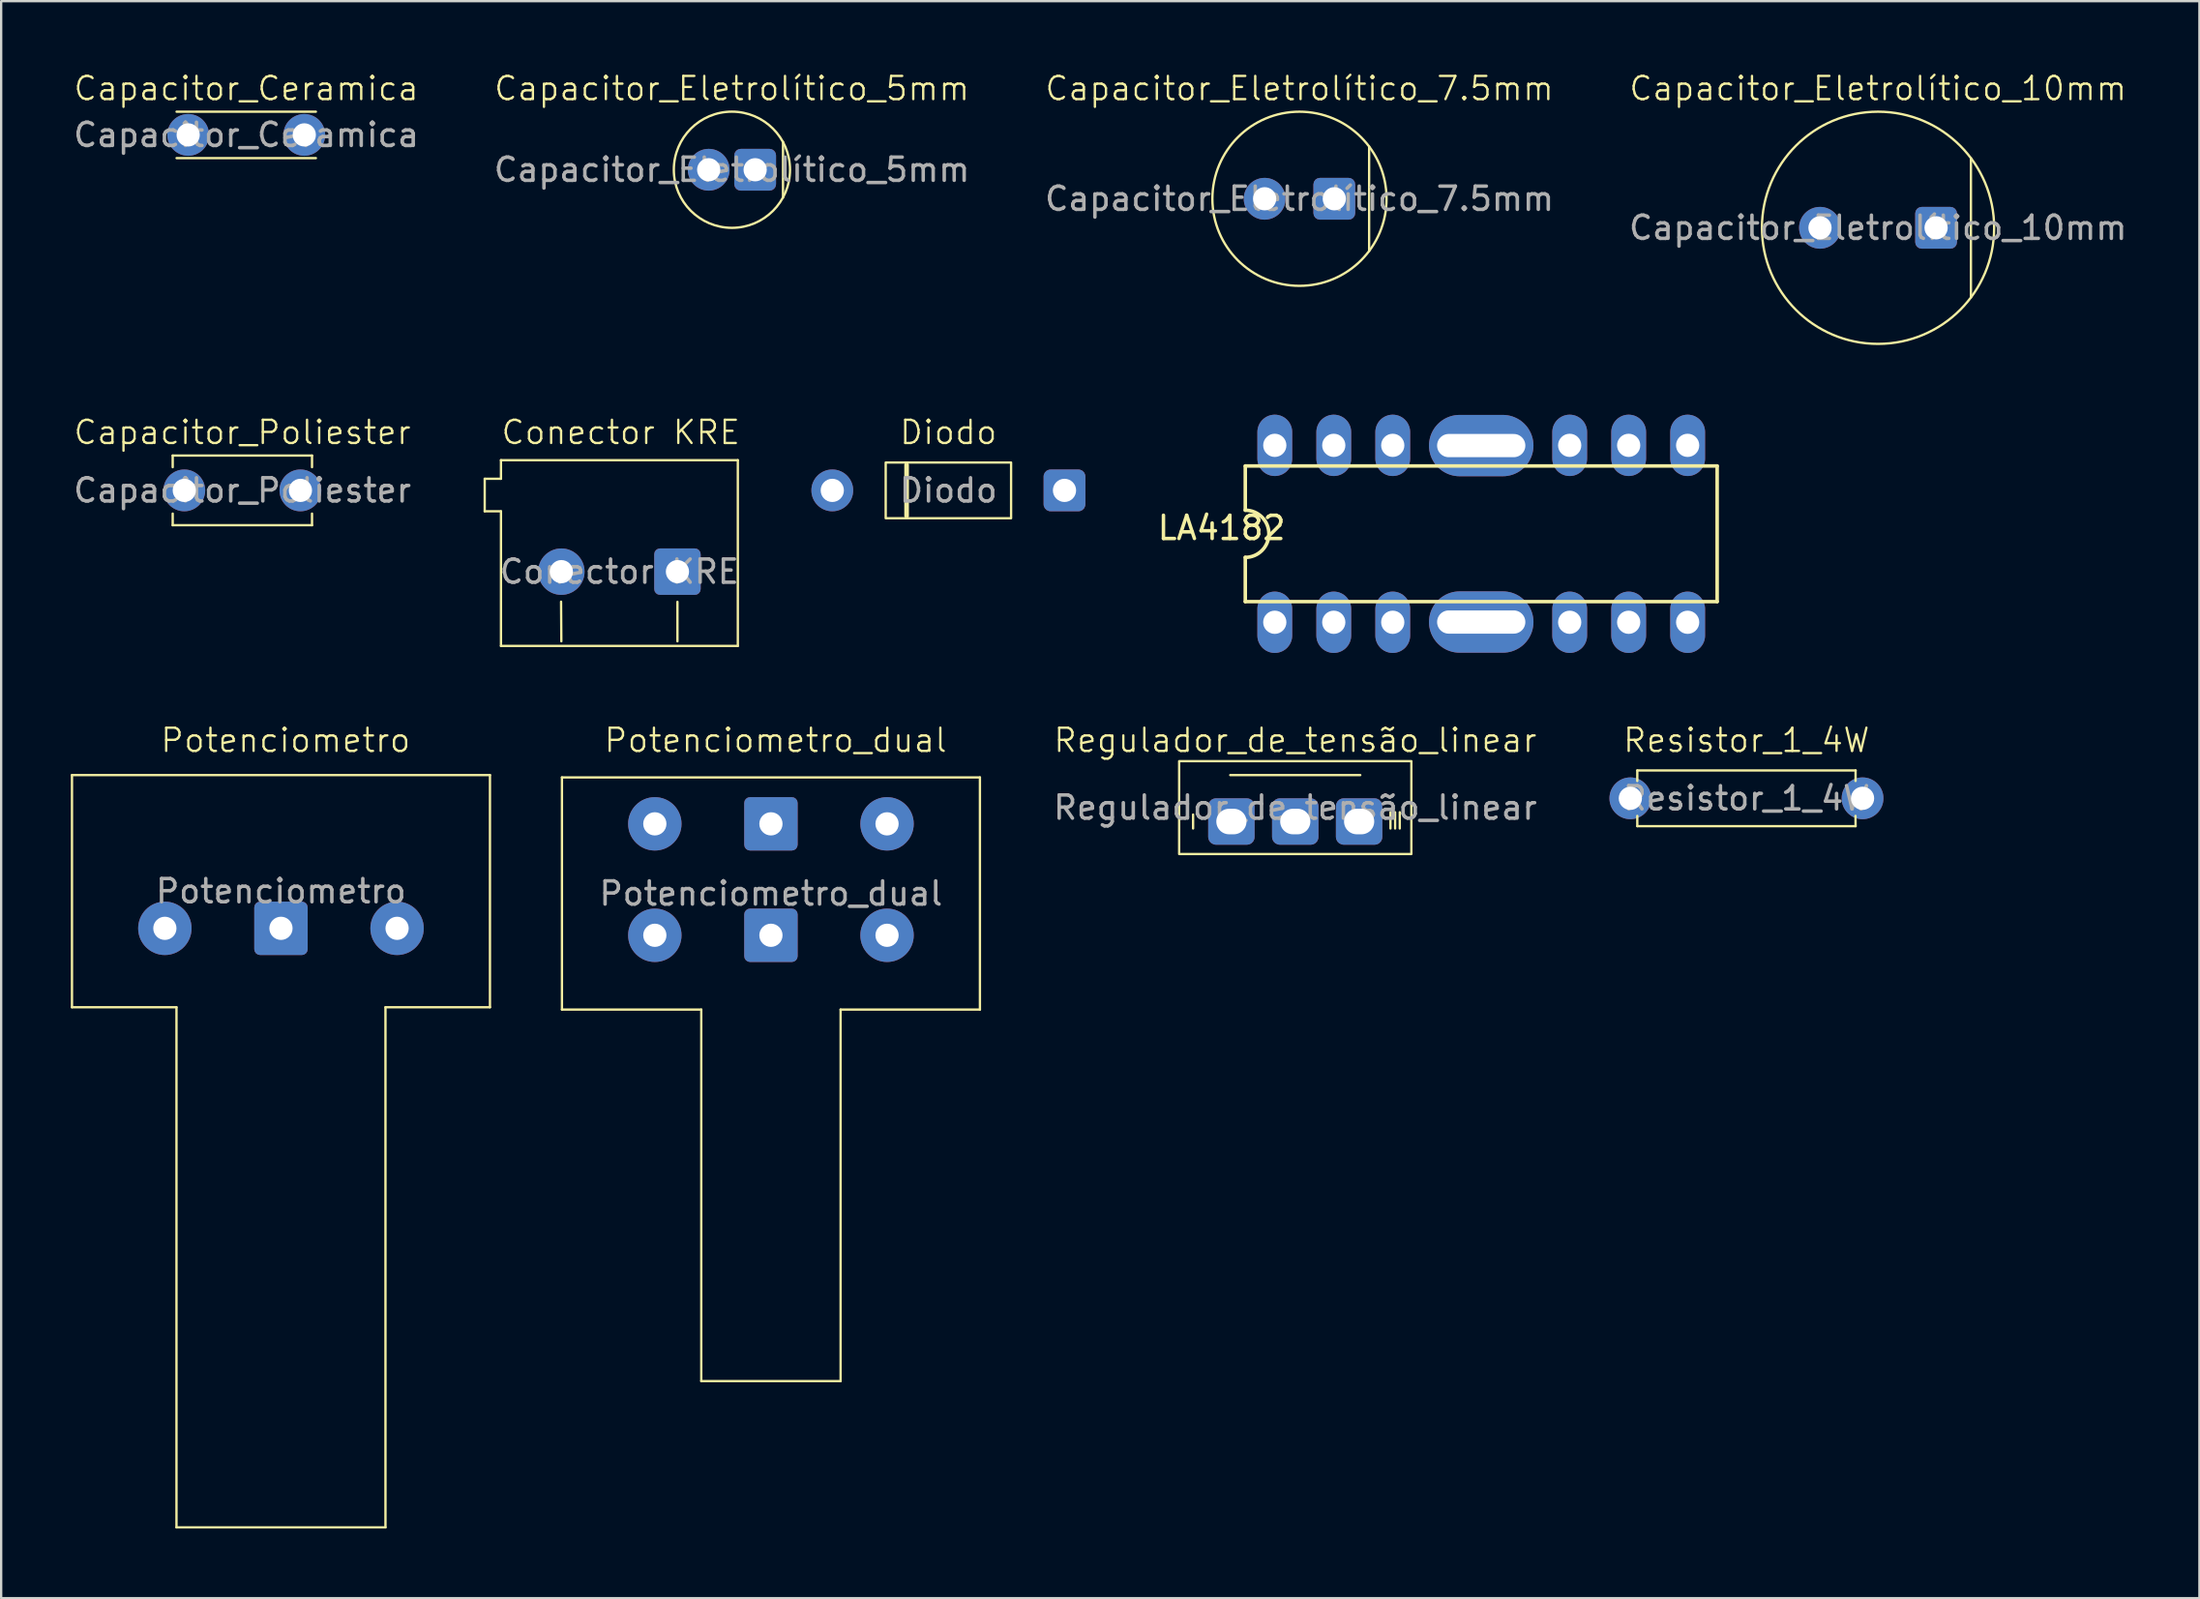
<source format=kicad_pcb>
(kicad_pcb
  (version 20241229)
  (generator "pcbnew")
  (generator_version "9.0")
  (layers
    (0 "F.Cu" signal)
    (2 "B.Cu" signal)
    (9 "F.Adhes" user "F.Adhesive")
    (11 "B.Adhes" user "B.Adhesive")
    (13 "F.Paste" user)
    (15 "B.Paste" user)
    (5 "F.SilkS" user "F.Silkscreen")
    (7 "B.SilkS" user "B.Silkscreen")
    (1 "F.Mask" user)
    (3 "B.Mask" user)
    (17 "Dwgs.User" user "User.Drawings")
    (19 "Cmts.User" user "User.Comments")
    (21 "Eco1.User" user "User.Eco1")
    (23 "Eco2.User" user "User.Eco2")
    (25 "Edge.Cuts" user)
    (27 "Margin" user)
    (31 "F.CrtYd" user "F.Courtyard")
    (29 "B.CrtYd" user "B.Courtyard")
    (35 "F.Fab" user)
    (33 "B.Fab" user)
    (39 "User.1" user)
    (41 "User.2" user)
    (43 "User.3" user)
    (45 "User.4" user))
  (footprint "Potenciometro"
    (layer "F.Cu")
    (at 9.05 35.333)
    (property "Reference" "Potenciometro" (at 0.2 -6.5 0) (unlocked yes) (layer "F.SilkS") (effects (font (size 1 1) (thickness 0.1))))
    (attr smd)
    (fp_line (start -9 -5) (end -9 5) (stroke (width 0.1) (type default)) (layer "F.SilkS"))
    (fp_line (start -9 5) (end -4.5 5) (stroke (width 0.1) (type default)) (layer "F.SilkS"))
    (fp_line (start -4.5 5) (end -4.5 27.4) (stroke (width 0.1) (type default)) (layer "F.SilkS"))
    (fp_line (start -4.5 27.4) (end 4.5 27.4) (stroke (width 0.1) (type default)) (layer "F.SilkS"))
    (fp_line (start 4.5 5) (end 9 5) (stroke (width 0.1) (type default)) (layer "F.SilkS"))
    (fp_line (start 4.5 27.4) (end 4.5 5) (stroke (width 0.1) (type default)) (layer "F.SilkS"))
    (fp_line (start 9 -5) (end -9 -5) (stroke (width 0.1) (type default)) (layer "F.SilkS"))
    (fp_line (start 9 5) (end 9 -5) (stroke (width 0.1) (type default)) (layer "F.SilkS"))
    (fp_text user "${REFERENCE}" (at 0 0 0) (unlocked yes) (layer "F.Fab") (effects (font (size 1 1) (thickness 0.15))))
    (pad "1" thru_hole circle (at -5 1.6 180) (size 2.3 2.3) (drill 1) (layers "*.Cu" "*.Mask"))
    (pad "2" thru_hole roundrect (at 0 1.6 180) (size 2.3 2.3) (drill 1) (layers "*.Cu" "*.Mask") (roundrect_rratio 0.109))
    (pad "3" thru_hole circle (at 5 1.6 180) (size 2.3 2.3) (drill 1) (layers "*.Cu" "*.Mask")))
  (footprint "Resistor_1_4W"
    (layer "F.Cu")
    (at 72.16 31.333)
    (property "Reference" "Resistor_1_4W" (at 0 -2.5 0) (unlocked yes) (layer "F.SilkS") (effects (font (size 1 1) (thickness 0.1))))
    (attr smd)
    (fp_line (start -4.7 -1.2) (end -4.701 -0.744) (stroke (width 0.1) (type default)) (layer "F.SilkS"))
    (fp_line (start -4.7 -1.2) (end 4.7 -1.2) (stroke (width 0.1) (type default)) (layer "F.SilkS"))
    (fp_line (start -4.7 1.2) (end -4.701 0.759) (stroke (width 0.1) (type default)) (layer "F.SilkS"))
    (fp_line (start 4.7 -1.2) (end 4.699 -0.747) (stroke (width 0.1) (type default)) (layer "F.SilkS"))
    (fp_line (start 4.7 1.2) (end -4.7 1.2) (stroke (width 0.1) (type default)) (layer "F.SilkS"))
    (fp_line (start 4.7 1.2) (end 4.696 0.758) (stroke (width 0.1) (type default)) (layer "F.SilkS"))
    (fp_text user "${REFERENCE}" (at 0 0 0) (unlocked yes) (layer "F.Fab") (effects (font (size 1 1) (thickness 0.15))))
    (pad "1" thru_hole circle (at -5 0 180) (size 1.8 1.8) (drill 1) (layers "*.Cu" "*.Mask"))
    (pad "2" thru_hole circle (at 5 0 180) (size 1.8 1.8) (drill 1) (layers "*.Cu" "*.Mask")))
  (footprint "Capacitor_Eletrolítico_5mm"
    (layer "F.Cu")
    (at 28.47 4.261)
    (property "Reference" "Capacitor_Eletrolítico_5mm" (at 0 -3.5 0) (unlocked yes) (layer "F.SilkS") (effects (font (size 1 1) (thickness 0.1))))
    (attr smd)
    (fp_line (start 2.2 1.2) (end 2.2 -1.2) (stroke (width 0.1) (type default)) (layer "F.SilkS"))
    (fp_circle (center 0 0) (end 2.502 0) (stroke (width 0.1) (type solid)) (fill no) (layer "F.SilkS"))
    (fp_text user "${REFERENCE}" (at 0 0 0) (unlocked yes) (layer "F.Fab") (effects (font (size 1 1) (thickness 0.15))))
    (pad "1" thru_hole roundrect (at 1 0 180) (size 1.8 1.8) (drill 1) (layers "*.Cu" "*.Mask") (roundrect_rratio 0.156))
    (pad "2" thru_hole circle (at -1 0 180) (size 1.8 1.8) (drill 1) (layers "*.Cu" "*.Mask")))
  (footprint "Regulador_de_tensão_linear"
    (layer "F.Cu")
    (at 52.73 32.333)
    (property "Reference" "Regulador_de_tensão_linear" (at 0 -3.5 0) (unlocked yes) (layer "F.SilkS") (effects (font (size 1 1) (thickness 0.1))))
    (attr smd)
    (fp_line (start -4.4 0.3) (end -4.4 -0.3) (stroke (width 0.1) (type default)) (layer "F.SilkS"))
    (fp_line (start 2.8 -2) (end -2.8 -2) (stroke (width 0.1) (type default)) (layer "F.SilkS"))
    (fp_line (start 4.1 0.3) (end 4.1 -0.4) (stroke (width 0.1) (type default)) (layer "F.SilkS"))
    (fp_line (start 4.3 -0.4) (end 4.3 0.3) (stroke (width 0.1) (type default)) (layer "F.SilkS"))
    (fp_line (start 4.5 0.3) (end 4.5 -0.4) (stroke (width 0.1) (type default)) (layer "F.SilkS"))
    (fp_rect (start -5 1.4) (end 5 -2.6) (stroke (width 0.1) (type solid)) (fill no) (layer "F.SilkS"))
    (fp_text user "${REFERENCE}" (at 0 -0.6 0) (unlocked yes) (layer "F.Fab") (effects (font (size 1 1) (thickness 0.15))))
    (pad "1" thru_hole roundrect (at -2.75 0 180) (size 2 2) (drill oval 1.3 1.1) (layers "*.Cu" "*.Mask") (roundrect_rratio 0.167))
    (pad "2" thru_hole roundrect (at 0 0 180) (size 2 2) (drill oval 1.3 1.1) (layers "*.Cu" "*.Mask") (roundrect_rratio 0.167))
    (pad "3" thru_hole roundrect (at 2.75 0 180) (size 2 2) (drill oval 1.3 1.1) (layers "*.Cu" "*.Mask") (roundrect_rratio 0.167)))
  (footprint "Diodo"
    (layer "F.Cu")
    (at 37.792 18.071)
    (property "Reference" "Diodo" (at 0 -2.5 0) (unlocked yes) (layer "F.SilkS") (effects (font (size 1 1) (thickness 0.1))))
    (attr smd)
    (fp_line (start -1.8 1.1) (end -1.8 -1.1) (stroke (width 0.2) (type solid)) (layer "F.SilkS"))
    (fp_rect (start -2.7 -1.2) (end 2.7 1.2) (stroke (width 0.1) (type solid)) (fill no) (layer "F.SilkS"))
    (fp_text user "${REFERENCE}" (at 0 0 0) (unlocked yes) (layer "F.Fab") (effects (font (size 1 1) (thickness 0.15))))
    (pad "1" thru_hole roundrect (at 5 0 180) (size 1.8 1.8) (drill 1) (layers "*.Cu" "*.Mask") (roundrect_rratio 0.167))
    (pad "2" thru_hole circle (at -5 0 180) (size 1.8 1.8) (drill 1) (layers "*.Cu" "*.Mask")))
  (footprint "Capacitor_Eletrolítico_7.5mm"
    (layer "F.Cu")
    (at 52.911 5.511)
    (property "Reference" "Capacitor_Eletrolítico_7.5mm" (at 0 -4.75 0) (unlocked yes) (layer "F.SilkS") (effects (font (size 1 1) (thickness 0.1))))
    (attr smd)
    (fp_line (start 3 2.25) (end 3 -2.25) (stroke (width 0.1) (type default)) (layer "F.SilkS"))
    (fp_circle (center 0 0) (end 3.75 0) (stroke (width 0.1) (type solid)) (fill no) (layer "F.SilkS"))
    (fp_text user "${REFERENCE}" (at 0 0 0) (unlocked yes) (layer "F.Fab") (effects (font (size 1 1) (thickness 0.15))))
    (pad "1" thru_hole roundrect (at 1.5 0 180) (size 1.8 1.8) (drill 1) (layers "*.Cu" "*.Mask") (roundrect_rratio 0.156))
    (pad "2" thru_hole circle (at -1.5 0 180) (size 1.8 1.8) (drill 1) (layers "*.Cu" "*.Mask")))
  (footprint "Potenciometro_dual"
    (layer "F.Cu")
    (at 30.15 35.433)
    (property "Reference" "Potenciometro_dual" (at 0.2 -6.6 0) (unlocked yes) (layer "F.SilkS") (effects (font (size 1 1) (thickness 0.1))))
    (attr smd)
    (fp_line (start -9 -5) (end -9 5) (stroke (width 0.1) (type default)) (layer "F.SilkS"))
    (fp_line (start -9 5) (end -3 5) (stroke (width 0.1) (type default)) (layer "F.SilkS"))
    (fp_line (start -3 5) (end -3 21) (stroke (width 0.1) (type default)) (layer "F.SilkS"))
    (fp_line (start -3 21) (end 3 21) (stroke (width 0.1) (type solid)) (layer "F.SilkS"))
    (fp_line (start 3 5) (end 9 5) (stroke (width 0.1) (type default)) (layer "F.SilkS"))
    (fp_line (start 3 21) (end 3 5) (stroke (width 0.1) (type default)) (layer "F.SilkS"))
    (fp_line (start 9 -5) (end -9 -5) (stroke (width 0.1) (type default)) (layer "F.SilkS"))
    (fp_line (start 9 5) (end 9 -5) (stroke (width 0.1) (type default)) (layer "F.SilkS"))
    (fp_text user "${REFERENCE}" (at 0 0 0) (unlocked yes) (layer "F.Fab") (effects (font (size 1 1) (thickness 0.15))))
    (pad "1" thru_hole circle (at -5 1.8 180) (size 2.3 2.3) (drill 1) (layers "*.Cu" "*.Mask"))
    (pad "2" thru_hole roundrect (at 0 1.8 180) (size 2.3 2.3) (drill 1) (layers "*.Cu" "*.Mask") (roundrect_rratio 0.109))
    (pad "3" thru_hole circle (at 5 1.8 180) (size 2.3 2.3) (drill 1) (layers "*.Cu" "*.Mask"))
    (pad "4" thru_hole circle (at -5 -3 180) (size 2.3 2.3) (drill 1) (layers "*.Cu" "*.Mask"))
    (pad "5" thru_hole roundrect (at 0 -3 180) (size 2.3 2.3) (drill 1) (layers "*.Cu" "*.Mask") (roundrect_rratio 0.109))
    (pad "6" thru_hole circle (at 5 -3 180) (size 2.3 2.3) (drill 1) (layers "*.Cu" "*.Mask")))
  (footprint "Capacitor_Poliester"
    (layer "F.Cu")
    (at 7.387 18.071)
    (property "Reference" "Capacitor_Poliester" (at 0 -2.5 0) (unlocked yes) (layer "F.SilkS") (effects (font (size 1 1) (thickness 0.1))))
    (attr smd)
    (fp_line (start -3 -1.5) (end -3 -1) (stroke (width 0.1) (type default)) (layer "F.SilkS"))
    (fp_line (start -3 -1.5) (end 3 -1.5) (stroke (width 0.1) (type default)) (layer "F.SilkS"))
    (fp_line (start -3 1.5) (end -3 1) (stroke (width 0.1) (type default)) (layer "F.SilkS"))
    (fp_line (start 3 -1.5) (end 3 -1) (stroke (width 0.1) (type default)) (layer "F.SilkS"))
    (fp_line (start 3 1.5) (end -3 1.5) (stroke (width 0.1) (type default)) (layer "F.SilkS"))
    (fp_line (start 3 1.5) (end 3 1) (stroke (width 0.1) (type default)) (layer "F.SilkS"))
    (fp_text user "${REFERENCE}" (at 0 0 0) (unlocked yes) (layer "F.Fab") (effects (font (size 1 1) (thickness 0.15))))
    (pad "1" thru_hole circle (at -2.5 0 180) (size 1.8 1.8) (drill 1) (layers "*.Cu" "*.Mask"))
    (pad "2" thru_hole circle (at 2.5 0 180) (size 1.8 1.8) (drill 1) (layers "*.Cu" "*.Mask")))
  (footprint "LA4182"
    (layer "F.Cu")
    (at 60.738 19.941)
    (property "Reference" "LA4182" (at -11.182 -0.254 180) (layer "F.SilkS") (effects (font (size 1.001 1.001) (thickness 0.15))))
    (attr through_hole)
    (fp_line (start -10.16 -2.921) (end -10.16 -1.016) (stroke (width 0.152) (type solid)) (layer "F.SilkS"))
    (fp_line (start -10.16 2.921) (end -10.16 1.016) (stroke (width 0.152) (type solid)) (layer "F.SilkS"))
    (fp_line (start -10.16 2.921) (end 10.16 2.921) (stroke (width 0.152) (type solid)) (layer "F.SilkS"))
    (fp_line (start 10.16 -2.921) (end -10.16 -2.921) (stroke (width 0.152) (type solid)) (layer "F.SilkS"))
    (fp_line (start 10.16 -2.921) (end 10.16 2.921) (stroke (width 0.152) (type solid)) (layer "F.SilkS"))
    (fp_arc (start -10.16 -1.016) (mid -9.144 0) (end -10.16 1.016) (stroke (width 0.1524) (type solid)) (layer "F.SilkS"))
    (pad "1" thru_hole oval (at -8.89 3.81) (size 1.5 2.642) (drill 1) (layers "*.Cu" "*.Mask"))
    (pad "2" thru_hole oval (at -6.35 3.81) (size 1.5 2.642) (drill 1) (layers "*.Cu" "*.Mask"))
    (pad "3" thru_hole oval (at -3.81 3.81) (size 1.5 2.642) (drill 1) (layers "*.Cu" "*.Mask"))
    (pad "4" thru_hole oval (at 3.81 3.81) (size 1.5 2.642) (drill 1) (layers "*.Cu" "*.Mask"))
    (pad "5" thru_hole oval (at 6.35 3.81) (size 1.5 2.642) (drill 1) (layers "*.Cu" "*.Mask"))
    (pad "6" thru_hole oval (at 8.89 3.81) (size 1.5 2.642) (drill 1) (layers "*.Cu" "*.Mask"))
    (pad "7" thru_hole oval (at 8.89 -3.81) (size 1.5 2.642) (drill 1) (layers "*.Cu" "*.Mask"))
    (pad "8" thru_hole oval (at 6.35 -3.81) (size 1.5 2.642) (drill 1) (layers "*.Cu" "*.Mask"))
    (pad "9" thru_hole oval (at 3.81 -3.81) (size 1.5 2.642) (drill 1) (layers "*.Cu" "*.Mask"))
    (pad "10" thru_hole oval (at -3.81 -3.81) (size 1.5 2.642) (drill 1) (layers "*.Cu" "*.Mask"))
    (pad "11" thru_hole oval (at -6.35 -3.81) (size 1.5 2.642) (drill 1) (layers "*.Cu" "*.Mask"))
    (pad "12" thru_hole oval (at -8.89 -3.81) (size 1.5 2.642) (drill 1) (layers "*.Cu" "*.Mask"))
    (pad "P$1" thru_hole oval (at 0 3.8) (size 4.5 2.642) (drill oval 3.8 1) (layers "*.Cu" "*.Mask"))
    (pad "P$4" thru_hole oval (at 0 -3.8) (size 4.5 2.642) (drill oval 3.8 1) (layers "*.Cu" "*.Mask")))
  (footprint "Capacitor_Eletrolítico_10mm"
    (layer "F.Cu")
    (at 77.827 6.761)
    (property "Reference" "Capacitor_Eletrolítico_10mm" (at 0 -6 0) (unlocked yes) (layer "F.SilkS") (effects (font (size 1 1) (thickness 0.1))))
    (attr smd)
    (fp_line (start 4 3) (end 4 -3) (stroke (width 0.1) (type default)) (layer "F.SilkS"))
    (fp_circle (center 0 0) (end 5 0) (stroke (width 0.1) (type solid)) (fill no) (layer "F.SilkS"))
    (fp_text user "${REFERENCE}" (at 0 0 0) (unlocked yes) (layer "F.Fab") (effects (font (size 1 1) (thickness 0.15))))
    (pad "1" thru_hole roundrect (at 2.5 0 180) (size 1.8 1.8) (drill 1) (layers "*.Cu" "*.Mask") (roundrect_rratio 0.156))
    (pad "2" thru_hole circle (at -2.5 0 180) (size 1.8 1.8) (drill 1) (layers "*.Cu" "*.Mask")))
  (footprint "Conector KRE"
    (layer "F.Cu")
    (at 23.624 21.571)
    (property "Reference" "Conector KRE" (at 0.06 -6 0) (unlocked yes) (layer "F.SilkS") (effects (font (size 1 1) (thickness 0.1))))
    (attr smd)
    (fp_line (start -5.8 -4) (end -5.1 -4) (stroke (width 0.1) (type default)) (layer "F.SilkS"))
    (fp_line (start -5.8 -2.6) (end -5.8 -4) (stroke (width 0.1) (type default)) (layer "F.SilkS"))
    (fp_line (start -5.1 -4.8) (end 5.1 -4.8) (stroke (width 0.1) (type solid)) (layer "F.SilkS"))
    (fp_line (start -5.1 -4) (end -5.1 -4.8) (stroke (width 0.1) (type default)) (layer "F.SilkS"))
    (fp_line (start -5.1 -2.6) (end -5.8 -2.6) (stroke (width 0.1) (type default)) (layer "F.SilkS"))
    (fp_line (start -5.1 3.2) (end -5.1 -2.6) (stroke (width 0.1) (type default)) (layer "F.SilkS"))
    (fp_line (start -2.512 1.294) (end -2.5 3) (stroke (width 0.1) (type solid)) (layer "F.SilkS"))
    (fp_line (start 2.5 1.3) (end 2.5 3) (stroke (width 0.1) (type solid)) (layer "F.SilkS"))
    (fp_line (start 5.1 -4.8) (end 5.1 3.2) (stroke (width 0.1) (type solid)) (layer "F.SilkS"))
    (fp_line (start 5.1 3.2) (end -5.1 3.2) (stroke (width 0.1) (type default)) (layer "F.SilkS"))
    (fp_text user "${REFERENCE}" (at 0 0 0) (unlocked yes) (layer "F.Fab") (effects (font (size 1 1) (thickness 0.15))))
    (pad "1" thru_hole roundrect (at 2.5 0 180) (size 2 2) (drill 1) (layers "*.Cu" "*.Mask") (roundrect_rratio 0.125))
    (pad "2" thru_hole circle (at -2.5 0 180) (size 2 2) (drill 1) (layers "*.Cu" "*.Mask")))
  (footprint "Capacitor_Ceramica"
    (layer "F.Cu")
    (at 7.554 2.76)
    (property "Reference" "Capacitor_Ceramica" (at 0 -2 0) (unlocked yes) (layer "F.SilkS") (effects (font (size 1 1) (thickness 0.1))))
    (attr smd)
    (fp_line (start -3 -1) (end 3 -1) (stroke (width 0.1) (type default)) (layer "F.SilkS"))
    (fp_line (start 3 1) (end -3 1) (stroke (width 0.1) (type default)) (layer "F.SilkS"))
    (fp_text user "${REFERENCE}" (at 0 0 0) (unlocked yes) (layer "F.Fab") (effects (font (size 1 1) (thickness 0.15))))
    (pad "1" thru_hole circle (at -2.5 0 180) (size 1.8 1.8) (drill 1) (layers "*.Cu" "*.Mask"))
    (pad "2" thru_hole circle (at 2.5 0 180) (size 1.8 1.8) (drill 1) (layers "*.Cu" "*.Mask")))
  (gr_rect
    (start -3 -3)
    (end 91.667 65.783)
    (stroke (width 0.1) (type default))
    (fill no)
    (layer "Edge.Cuts")))
</source>
